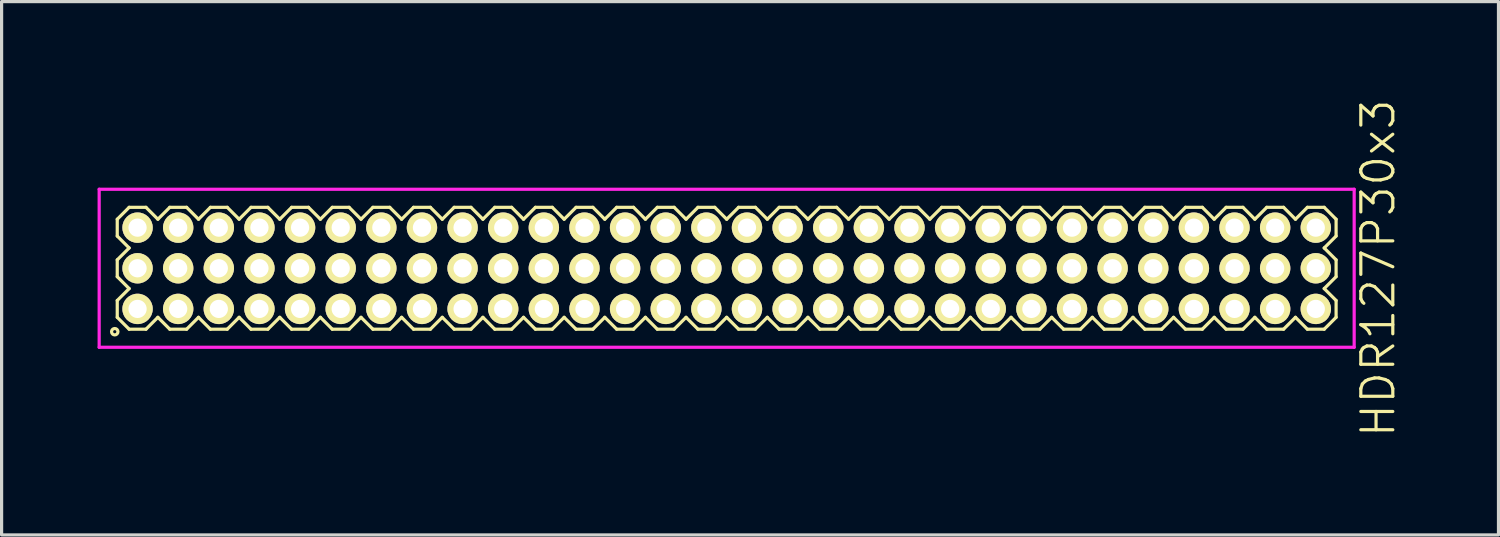
<source format=kicad_pcb>
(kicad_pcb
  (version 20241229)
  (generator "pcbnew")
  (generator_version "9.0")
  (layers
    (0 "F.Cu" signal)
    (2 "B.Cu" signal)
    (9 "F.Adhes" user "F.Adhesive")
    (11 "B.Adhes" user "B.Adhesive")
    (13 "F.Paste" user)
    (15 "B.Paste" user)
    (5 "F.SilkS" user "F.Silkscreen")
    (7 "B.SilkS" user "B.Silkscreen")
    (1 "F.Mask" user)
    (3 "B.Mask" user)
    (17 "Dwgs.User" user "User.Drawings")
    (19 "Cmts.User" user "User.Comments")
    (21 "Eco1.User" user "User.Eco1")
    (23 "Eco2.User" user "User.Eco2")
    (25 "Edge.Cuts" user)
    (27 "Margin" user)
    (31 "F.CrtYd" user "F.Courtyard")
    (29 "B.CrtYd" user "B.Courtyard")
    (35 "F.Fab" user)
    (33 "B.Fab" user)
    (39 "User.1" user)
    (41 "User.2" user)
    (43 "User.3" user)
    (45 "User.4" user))
  (footprint "HDR127P30x3"
    (layer "F.Cu")
    (at 19.665 5.336)
    (property "Reference" "HDR127P30x3" (at 20.365 0 90) (layer "F.SilkS") (effects (font (size 1 1) (thickness 0.1))))
    (attr through_hole)
    (fp_line (start -19.05 -1.533) (end -18.678 -1.905) (stroke (width 0.1) (type solid)) (layer "F.SilkS"))
    (fp_line (start -19.05 -1.007) (end -19.05 -1.533) (stroke (width 0.1) (type solid)) (layer "F.SilkS"))
    (fp_line (start -19.05 -0.263) (end -18.678 -0.635) (stroke (width 0.1) (type solid)) (layer "F.SilkS"))
    (fp_line (start -19.05 0.263) (end -19.05 -0.263) (stroke (width 0.1) (type solid)) (layer "F.SilkS"))
    (fp_line (start -19.05 1.007) (end -18.678 0.635) (stroke (width 0.1) (type solid)) (layer "F.SilkS"))
    (fp_line (start -19.05 1.533) (end -19.05 1.007) (stroke (width 0.1) (type solid)) (layer "F.SilkS"))
    (fp_line (start -18.678 -1.905) (end -18.152 -1.905) (stroke (width 0.1) (type solid)) (layer "F.SilkS"))
    (fp_line (start -18.678 -0.635) (end -19.05 -1.007) (stroke (width 0.1) (type solid)) (layer "F.SilkS"))
    (fp_line (start -18.678 0.635) (end -19.05 0.263) (stroke (width 0.1) (type solid)) (layer "F.SilkS"))
    (fp_line (start -18.678 1.905) (end -19.05 1.533) (stroke (width 0.1) (type solid)) (layer "F.SilkS"))
    (fp_line (start -18.152 -1.905) (end -17.78 -1.533) (stroke (width 0.1) (type solid)) (layer "F.SilkS"))
    (fp_line (start -18.152 1.905) (end -18.678 1.905) (stroke (width 0.1) (type solid)) (layer "F.SilkS"))
    (fp_line (start -17.78 -1.533) (end -17.408 -1.905) (stroke (width 0.1) (type solid)) (layer "F.SilkS"))
    (fp_line (start -17.78 1.533) (end -18.152 1.905) (stroke (width 0.1) (type solid)) (layer "F.SilkS"))
    (fp_line (start -17.408 -1.905) (end -16.882 -1.905) (stroke (width 0.1) (type solid)) (layer "F.SilkS"))
    (fp_line (start -17.408 1.905) (end -17.78 1.533) (stroke (width 0.1) (type solid)) (layer "F.SilkS"))
    (fp_line (start -16.882 -1.905) (end -16.51 -1.533) (stroke (width 0.1) (type solid)) (layer "F.SilkS"))
    (fp_line (start -16.882 1.905) (end -17.408 1.905) (stroke (width 0.1) (type solid)) (layer "F.SilkS"))
    (fp_line (start -16.51 -1.533) (end -16.138 -1.905) (stroke (width 0.1) (type solid)) (layer "F.SilkS"))
    (fp_line (start -16.51 1.533) (end -16.882 1.905) (stroke (width 0.1) (type solid)) (layer "F.SilkS"))
    (fp_line (start -16.138 -1.905) (end -15.612 -1.905) (stroke (width 0.1) (type solid)) (layer "F.SilkS"))
    (fp_line (start -16.138 1.905) (end -16.51 1.533) (stroke (width 0.1) (type solid)) (layer "F.SilkS"))
    (fp_line (start -15.612 -1.905) (end -15.24 -1.533) (stroke (width 0.1) (type solid)) (layer "F.SilkS"))
    (fp_line (start -15.612 1.905) (end -16.138 1.905) (stroke (width 0.1) (type solid)) (layer "F.SilkS"))
    (fp_line (start -15.24 -1.533) (end -14.868 -1.905) (stroke (width 0.1) (type solid)) (layer "F.SilkS"))
    (fp_line (start -15.24 1.533) (end -15.612 1.905) (stroke (width 0.1) (type solid)) (layer "F.SilkS"))
    (fp_line (start -14.868 -1.905) (end -14.342 -1.905) (stroke (width 0.1) (type solid)) (layer "F.SilkS"))
    (fp_line (start -14.868 1.905) (end -15.24 1.533) (stroke (width 0.1) (type solid)) (layer "F.SilkS"))
    (fp_line (start -14.342 -1.905) (end -13.97 -1.533) (stroke (width 0.1) (type solid)) (layer "F.SilkS"))
    (fp_line (start -14.342 1.905) (end -14.868 1.905) (stroke (width 0.1) (type solid)) (layer "F.SilkS"))
    (fp_line (start -13.97 -1.533) (end -13.598 -1.905) (stroke (width 0.1) (type solid)) (layer "F.SilkS"))
    (fp_line (start -13.97 1.533) (end -14.342 1.905) (stroke (width 0.1) (type solid)) (layer "F.SilkS"))
    (fp_line (start -13.598 -1.905) (end -13.072 -1.905) (stroke (width 0.1) (type solid)) (layer "F.SilkS"))
    (fp_line (start -13.598 1.905) (end -13.97 1.533) (stroke (width 0.1) (type solid)) (layer "F.SilkS"))
    (fp_line (start -13.072 -1.905) (end -12.7 -1.533) (stroke (width 0.1) (type solid)) (layer "F.SilkS"))
    (fp_line (start -13.072 1.905) (end -13.598 1.905) (stroke (width 0.1) (type solid)) (layer "F.SilkS"))
    (fp_line (start -12.7 -1.533) (end -12.328 -1.905) (stroke (width 0.1) (type solid)) (layer "F.SilkS"))
    (fp_line (start -12.7 1.533) (end -13.072 1.905) (stroke (width 0.1) (type solid)) (layer "F.SilkS"))
    (fp_line (start -12.328 -1.905) (end -11.802 -1.905) (stroke (width 0.1) (type solid)) (layer "F.SilkS"))
    (fp_line (start -12.328 1.905) (end -12.7 1.533) (stroke (width 0.1) (type solid)) (layer "F.SilkS"))
    (fp_line (start -11.802 -1.905) (end -11.43 -1.533) (stroke (width 0.1) (type solid)) (layer "F.SilkS"))
    (fp_line (start -11.802 1.905) (end -12.328 1.905) (stroke (width 0.1) (type solid)) (layer "F.SilkS"))
    (fp_line (start -11.43 -1.533) (end -11.058 -1.905) (stroke (width 0.1) (type solid)) (layer "F.SilkS"))
    (fp_line (start -11.43 1.533) (end -11.802 1.905) (stroke (width 0.1) (type solid)) (layer "F.SilkS"))
    (fp_line (start -11.058 -1.905) (end -10.532 -1.905) (stroke (width 0.1) (type solid)) (layer "F.SilkS"))
    (fp_line (start -11.058 1.905) (end -11.43 1.533) (stroke (width 0.1) (type solid)) (layer "F.SilkS"))
    (fp_line (start -10.532 -1.905) (end -10.16 -1.533) (stroke (width 0.1) (type solid)) (layer "F.SilkS"))
    (fp_line (start -10.532 1.905) (end -11.058 1.905) (stroke (width 0.1) (type solid)) (layer "F.SilkS"))
    (fp_line (start -10.16 -1.533) (end -9.788 -1.905) (stroke (width 0.1) (type solid)) (layer "F.SilkS"))
    (fp_line (start -10.16 1.533) (end -10.532 1.905) (stroke (width 0.1) (type solid)) (layer "F.SilkS"))
    (fp_line (start -9.788 -1.905) (end -9.262 -1.905) (stroke (width 0.1) (type solid)) (layer "F.SilkS"))
    (fp_line (start -9.788 1.905) (end -10.16 1.533) (stroke (width 0.1) (type solid)) (layer "F.SilkS"))
    (fp_line (start -9.262 -1.905) (end -8.89 -1.533) (stroke (width 0.1) (type solid)) (layer "F.SilkS"))
    (fp_line (start -9.262 1.905) (end -9.788 1.905) (stroke (width 0.1) (type solid)) (layer "F.SilkS"))
    (fp_line (start -8.89 -1.533) (end -8.518 -1.905) (stroke (width 0.1) (type solid)) (layer "F.SilkS"))
    (fp_line (start -8.89 1.533) (end -9.262 1.905) (stroke (width 0.1) (type solid)) (layer "F.SilkS"))
    (fp_line (start -8.518 -1.905) (end -7.992 -1.905) (stroke (width 0.1) (type solid)) (layer "F.SilkS"))
    (fp_line (start -8.518 1.905) (end -8.89 1.533) (stroke (width 0.1) (type solid)) (layer "F.SilkS"))
    (fp_line (start -7.992 -1.905) (end -7.62 -1.533) (stroke (width 0.1) (type solid)) (layer "F.SilkS"))
    (fp_line (start -7.992 1.905) (end -8.518 1.905) (stroke (width 0.1) (type solid)) (layer "F.SilkS"))
    (fp_line (start -7.62 -1.533) (end -7.248 -1.905) (stroke (width 0.1) (type solid)) (layer "F.SilkS"))
    (fp_line (start -7.62 1.533) (end -7.992 1.905) (stroke (width 0.1) (type solid)) (layer "F.SilkS"))
    (fp_line (start -7.248 -1.905) (end -6.722 -1.905) (stroke (width 0.1) (type solid)) (layer "F.SilkS"))
    (fp_line (start -7.248 1.905) (end -7.62 1.533) (stroke (width 0.1) (type solid)) (layer "F.SilkS"))
    (fp_line (start -6.722 -1.905) (end -6.35 -1.533) (stroke (width 0.1) (type solid)) (layer "F.SilkS"))
    (fp_line (start -6.722 1.905) (end -7.248 1.905) (stroke (width 0.1) (type solid)) (layer "F.SilkS"))
    (fp_line (start -6.35 -1.533) (end -5.978 -1.905) (stroke (width 0.1) (type solid)) (layer "F.SilkS"))
    (fp_line (start -6.35 1.533) (end -6.722 1.905) (stroke (width 0.1) (type solid)) (layer "F.SilkS"))
    (fp_line (start -5.978 -1.905) (end -5.452 -1.905) (stroke (width 0.1) (type solid)) (layer "F.SilkS"))
    (fp_line (start -5.978 1.905) (end -6.35 1.533) (stroke (width 0.1) (type solid)) (layer "F.SilkS"))
    (fp_line (start -5.452 -1.905) (end -5.08 -1.533) (stroke (width 0.1) (type solid)) (layer "F.SilkS"))
    (fp_line (start -5.452 1.905) (end -5.978 1.905) (stroke (width 0.1) (type solid)) (layer "F.SilkS"))
    (fp_line (start -5.08 -1.533) (end -4.708 -1.905) (stroke (width 0.1) (type solid)) (layer "F.SilkS"))
    (fp_line (start -5.08 1.533) (end -5.452 1.905) (stroke (width 0.1) (type solid)) (layer "F.SilkS"))
    (fp_line (start -4.708 -1.905) (end -4.182 -1.905) (stroke (width 0.1) (type solid)) (layer "F.SilkS"))
    (fp_line (start -4.708 1.905) (end -5.08 1.533) (stroke (width 0.1) (type solid)) (layer "F.SilkS"))
    (fp_line (start -4.182 -1.905) (end -3.81 -1.533) (stroke (width 0.1) (type solid)) (layer "F.SilkS"))
    (fp_line (start -4.182 1.905) (end -4.708 1.905) (stroke (width 0.1) (type solid)) (layer "F.SilkS"))
    (fp_line (start -3.81 -1.533) (end -3.438 -1.905) (stroke (width 0.1) (type solid)) (layer "F.SilkS"))
    (fp_line (start -3.81 1.533) (end -4.182 1.905) (stroke (width 0.1) (type solid)) (layer "F.SilkS"))
    (fp_line (start -3.438 -1.905) (end -2.912 -1.905) (stroke (width 0.1) (type solid)) (layer "F.SilkS"))
    (fp_line (start -3.438 1.905) (end -3.81 1.533) (stroke (width 0.1) (type solid)) (layer "F.SilkS"))
    (fp_line (start -2.912 -1.905) (end -2.54 -1.533) (stroke (width 0.1) (type solid)) (layer "F.SilkS"))
    (fp_line (start -2.912 1.905) (end -3.438 1.905) (stroke (width 0.1) (type solid)) (layer "F.SilkS"))
    (fp_line (start -2.54 -1.533) (end -2.168 -1.905) (stroke (width 0.1) (type solid)) (layer "F.SilkS"))
    (fp_line (start -2.54 1.533) (end -2.912 1.905) (stroke (width 0.1) (type solid)) (layer "F.SilkS"))
    (fp_line (start -2.168 -1.905) (end -1.642 -1.905) (stroke (width 0.1) (type solid)) (layer "F.SilkS"))
    (fp_line (start -2.168 1.905) (end -2.54 1.533) (stroke (width 0.1) (type solid)) (layer "F.SilkS"))
    (fp_line (start -1.642 -1.905) (end -1.27 -1.533) (stroke (width 0.1) (type solid)) (layer "F.SilkS"))
    (fp_line (start -1.642 1.905) (end -2.168 1.905) (stroke (width 0.1) (type solid)) (layer "F.SilkS"))
    (fp_line (start -1.27 -1.533) (end -0.898 -1.905) (stroke (width 0.1) (type solid)) (layer "F.SilkS"))
    (fp_line (start -1.27 1.533) (end -1.642 1.905) (stroke (width 0.1) (type solid)) (layer "F.SilkS"))
    (fp_line (start -0.898 -1.905) (end -0.372 -1.905) (stroke (width 0.1) (type solid)) (layer "F.SilkS"))
    (fp_line (start -0.898 1.905) (end -1.27 1.533) (stroke (width 0.1) (type solid)) (layer "F.SilkS"))
    (fp_line (start -0.372 -1.905) (end 0 -1.533) (stroke (width 0.1) (type solid)) (layer "F.SilkS"))
    (fp_line (start -0.372 1.905) (end -0.898 1.905) (stroke (width 0.1) (type solid)) (layer "F.SilkS"))
    (fp_line (start 0 -1.533) (end 0.372 -1.905) (stroke (width 0.1) (type solid)) (layer "F.SilkS"))
    (fp_line (start 0 1.533) (end -0.372 1.905) (stroke (width 0.1) (type solid)) (layer "F.SilkS"))
    (fp_line (start 0.372 -1.905) (end 0.898 -1.905) (stroke (width 0.1) (type solid)) (layer "F.SilkS"))
    (fp_line (start 0.372 1.905) (end 0 1.533) (stroke (width 0.1) (type solid)) (layer "F.SilkS"))
    (fp_line (start 0.898 -1.905) (end 1.27 -1.533) (stroke (width 0.1) (type solid)) (layer "F.SilkS"))
    (fp_line (start 0.898 1.905) (end 0.372 1.905) (stroke (width 0.1) (type solid)) (layer "F.SilkS"))
    (fp_line (start 1.27 -1.533) (end 1.642 -1.905) (stroke (width 0.1) (type solid)) (layer "F.SilkS"))
    (fp_line (start 1.27 1.533) (end 0.898 1.905) (stroke (width 0.1) (type solid)) (layer "F.SilkS"))
    (fp_line (start 1.642 -1.905) (end 2.168 -1.905) (stroke (width 0.1) (type solid)) (layer "F.SilkS"))
    (fp_line (start 1.642 1.905) (end 1.27 1.533) (stroke (width 0.1) (type solid)) (layer "F.SilkS"))
    (fp_line (start 2.168 -1.905) (end 2.54 -1.533) (stroke (width 0.1) (type solid)) (layer "F.SilkS"))
    (fp_line (start 2.168 1.905) (end 1.642 1.905) (stroke (width 0.1) (type solid)) (layer "F.SilkS"))
    (fp_line (start 2.54 -1.533) (end 2.912 -1.905) (stroke (width 0.1) (type solid)) (layer "F.SilkS"))
    (fp_line (start 2.54 1.533) (end 2.168 1.905) (stroke (width 0.1) (type solid)) (layer "F.SilkS"))
    (fp_line (start 2.912 -1.905) (end 3.438 -1.905) (stroke (width 0.1) (type solid)) (layer "F.SilkS"))
    (fp_line (start 2.912 1.905) (end 2.54 1.533) (stroke (width 0.1) (type solid)) (layer "F.SilkS"))
    (fp_line (start 3.438 -1.905) (end 3.81 -1.533) (stroke (width 0.1) (type solid)) (layer "F.SilkS"))
    (fp_line (start 3.438 1.905) (end 2.912 1.905) (stroke (width 0.1) (type solid)) (layer "F.SilkS"))
    (fp_line (start 3.81 -1.533) (end 4.182 -1.905) (stroke (width 0.1) (type solid)) (layer "F.SilkS"))
    (fp_line (start 3.81 1.533) (end 3.438 1.905) (stroke (width 0.1) (type solid)) (layer "F.SilkS"))
    (fp_line (start 4.182 -1.905) (end 4.708 -1.905) (stroke (width 0.1) (type solid)) (layer "F.SilkS"))
    (fp_line (start 4.182 1.905) (end 3.81 1.533) (stroke (width 0.1) (type solid)) (layer "F.SilkS"))
    (fp_line (start 4.708 -1.905) (end 5.08 -1.533) (stroke (width 0.1) (type solid)) (layer "F.SilkS"))
    (fp_line (start 4.708 1.905) (end 4.182 1.905) (stroke (width 0.1) (type solid)) (layer "F.SilkS"))
    (fp_line (start 5.08 -1.533) (end 5.452 -1.905) (stroke (width 0.1) (type solid)) (layer "F.SilkS"))
    (fp_line (start 5.08 1.533) (end 4.708 1.905) (stroke (width 0.1) (type solid)) (layer "F.SilkS"))
    (fp_line (start 5.452 -1.905) (end 5.978 -1.905) (stroke (width 0.1) (type solid)) (layer "F.SilkS"))
    (fp_line (start 5.452 1.905) (end 5.08 1.533) (stroke (width 0.1) (type solid)) (layer "F.SilkS"))
    (fp_line (start 5.978 -1.905) (end 6.35 -1.533) (stroke (width 0.1) (type solid)) (layer "F.SilkS"))
    (fp_line (start 5.978 1.905) (end 5.452 1.905) (stroke (width 0.1) (type solid)) (layer "F.SilkS"))
    (fp_line (start 6.35 -1.533) (end 6.722 -1.905) (stroke (width 0.1) (type solid)) (layer "F.SilkS"))
    (fp_line (start 6.35 1.533) (end 5.978 1.905) (stroke (width 0.1) (type solid)) (layer "F.SilkS"))
    (fp_line (start 6.722 -1.905) (end 7.248 -1.905) (stroke (width 0.1) (type solid)) (layer "F.SilkS"))
    (fp_line (start 6.722 1.905) (end 6.35 1.533) (stroke (width 0.1) (type solid)) (layer "F.SilkS"))
    (fp_line (start 7.248 -1.905) (end 7.62 -1.533) (stroke (width 0.1) (type solid)) (layer "F.SilkS"))
    (fp_line (start 7.248 1.905) (end 6.722 1.905) (stroke (width 0.1) (type solid)) (layer "F.SilkS"))
    (fp_line (start 7.62 -1.533) (end 7.992 -1.905) (stroke (width 0.1) (type solid)) (layer "F.SilkS"))
    (fp_line (start 7.62 1.533) (end 7.248 1.905) (stroke (width 0.1) (type solid)) (layer "F.SilkS"))
    (fp_line (start 7.992 -1.905) (end 8.518 -1.905) (stroke (width 0.1) (type solid)) (layer "F.SilkS"))
    (fp_line (start 7.992 1.905) (end 7.62 1.533) (stroke (width 0.1) (type solid)) (layer "F.SilkS"))
    (fp_line (start 8.518 -1.905) (end 8.89 -1.533) (stroke (width 0.1) (type solid)) (layer "F.SilkS"))
    (fp_line (start 8.518 1.905) (end 7.992 1.905) (stroke (width 0.1) (type solid)) (layer "F.SilkS"))
    (fp_line (start 8.89 -1.533) (end 9.262 -1.905) (stroke (width 0.1) (type solid)) (layer "F.SilkS"))
    (fp_line (start 8.89 1.533) (end 8.518 1.905) (stroke (width 0.1) (type solid)) (layer "F.SilkS"))
    (fp_line (start 9.262 -1.905) (end 9.788 -1.905) (stroke (width 0.1) (type solid)) (layer "F.SilkS"))
    (fp_line (start 9.262 1.905) (end 8.89 1.533) (stroke (width 0.1) (type solid)) (layer "F.SilkS"))
    (fp_line (start 9.788 -1.905) (end 10.16 -1.533) (stroke (width 0.1) (type solid)) (layer "F.SilkS"))
    (fp_line (start 9.788 1.905) (end 9.262 1.905) (stroke (width 0.1) (type solid)) (layer "F.SilkS"))
    (fp_line (start 10.16 -1.533) (end 10.532 -1.905) (stroke (width 0.1) (type solid)) (layer "F.SilkS"))
    (fp_line (start 10.16 1.533) (end 9.788 1.905) (stroke (width 0.1) (type solid)) (layer "F.SilkS"))
    (fp_line (start 10.532 -1.905) (end 11.058 -1.905) (stroke (width 0.1) (type solid)) (layer "F.SilkS"))
    (fp_line (start 10.532 1.905) (end 10.16 1.533) (stroke (width 0.1) (type solid)) (layer "F.SilkS"))
    (fp_line (start 11.058 -1.905) (end 11.43 -1.533) (stroke (width 0.1) (type solid)) (layer "F.SilkS"))
    (fp_line (start 11.058 1.905) (end 10.532 1.905) (stroke (width 0.1) (type solid)) (layer "F.SilkS"))
    (fp_line (start 11.43 -1.533) (end 11.802 -1.905) (stroke (width 0.1) (type solid)) (layer "F.SilkS"))
    (fp_line (start 11.43 1.533) (end 11.058 1.905) (stroke (width 0.1) (type solid)) (layer "F.SilkS"))
    (fp_line (start 11.802 -1.905) (end 12.328 -1.905) (stroke (width 0.1) (type solid)) (layer "F.SilkS"))
    (fp_line (start 11.802 1.905) (end 11.43 1.533) (stroke (width 0.1) (type solid)) (layer "F.SilkS"))
    (fp_line (start 12.328 -1.905) (end 12.7 -1.533) (stroke (width 0.1) (type solid)) (layer "F.SilkS"))
    (fp_line (start 12.328 1.905) (end 11.802 1.905) (stroke (width 0.1) (type solid)) (layer "F.SilkS"))
    (fp_line (start 12.7 -1.533) (end 13.072 -1.905) (stroke (width 0.1) (type solid)) (layer "F.SilkS"))
    (fp_line (start 12.7 1.533) (end 12.328 1.905) (stroke (width 0.1) (type solid)) (layer "F.SilkS"))
    (fp_line (start 13.072 -1.905) (end 13.598 -1.905) (stroke (width 0.1) (type solid)) (layer "F.SilkS"))
    (fp_line (start 13.072 1.905) (end 12.7 1.533) (stroke (width 0.1) (type solid)) (layer "F.SilkS"))
    (fp_line (start 13.598 -1.905) (end 13.97 -1.533) (stroke (width 0.1) (type solid)) (layer "F.SilkS"))
    (fp_line (start 13.598 1.905) (end 13.072 1.905) (stroke (width 0.1) (type solid)) (layer "F.SilkS"))
    (fp_line (start 13.97 -1.533) (end 14.342 -1.905) (stroke (width 0.1) (type solid)) (layer "F.SilkS"))
    (fp_line (start 13.97 1.533) (end 13.598 1.905) (stroke (width 0.1) (type solid)) (layer "F.SilkS"))
    (fp_line (start 14.342 -1.905) (end 14.868 -1.905) (stroke (width 0.1) (type solid)) (layer "F.SilkS"))
    (fp_line (start 14.342 1.905) (end 13.97 1.533) (stroke (width 0.1) (type solid)) (layer "F.SilkS"))
    (fp_line (start 14.868 -1.905) (end 15.24 -1.533) (stroke (width 0.1) (type solid)) (layer "F.SilkS"))
    (fp_line (start 14.868 1.905) (end 14.342 1.905) (stroke (width 0.1) (type solid)) (layer "F.SilkS"))
    (fp_line (start 15.24 -1.533) (end 15.612 -1.905) (stroke (width 0.1) (type solid)) (layer "F.SilkS"))
    (fp_line (start 15.24 1.533) (end 14.868 1.905) (stroke (width 0.1) (type solid)) (layer "F.SilkS"))
    (fp_line (start 15.612 -1.905) (end 16.138 -1.905) (stroke (width 0.1) (type solid)) (layer "F.SilkS"))
    (fp_line (start 15.612 1.905) (end 15.24 1.533) (stroke (width 0.1) (type solid)) (layer "F.SilkS"))
    (fp_line (start 16.138 -1.905) (end 16.51 -1.533) (stroke (width 0.1) (type solid)) (layer "F.SilkS"))
    (fp_line (start 16.138 1.905) (end 15.612 1.905) (stroke (width 0.1) (type solid)) (layer "F.SilkS"))
    (fp_line (start 16.51 -1.533) (end 16.882 -1.905) (stroke (width 0.1) (type solid)) (layer "F.SilkS"))
    (fp_line (start 16.51 1.533) (end 16.138 1.905) (stroke (width 0.1) (type solid)) (layer "F.SilkS"))
    (fp_line (start 16.882 -1.905) (end 17.408 -1.905) (stroke (width 0.1) (type solid)) (layer "F.SilkS"))
    (fp_line (start 16.882 1.905) (end 16.51 1.533) (stroke (width 0.1) (type solid)) (layer "F.SilkS"))
    (fp_line (start 17.408 -1.905) (end 17.78 -1.533) (stroke (width 0.1) (type solid)) (layer "F.SilkS"))
    (fp_line (start 17.408 1.905) (end 16.882 1.905) (stroke (width 0.1) (type solid)) (layer "F.SilkS"))
    (fp_line (start 17.78 -1.533) (end 18.152 -1.905) (stroke (width 0.1) (type solid)) (layer "F.SilkS"))
    (fp_line (start 17.78 1.533) (end 17.408 1.905) (stroke (width 0.1) (type solid)) (layer "F.SilkS"))
    (fp_line (start 18.152 -1.905) (end 18.678 -1.905) (stroke (width 0.1) (type solid)) (layer "F.SilkS"))
    (fp_line (start 18.152 1.905) (end 17.78 1.533) (stroke (width 0.1) (type solid)) (layer "F.SilkS"))
    (fp_line (start 18.678 -1.905) (end 19.05 -1.533) (stroke (width 0.1) (type solid)) (layer "F.SilkS"))
    (fp_line (start 18.678 -0.635) (end 19.05 -0.263) (stroke (width 0.1) (type solid)) (layer "F.SilkS"))
    (fp_line (start 18.678 0.635) (end 19.05 1.007) (stroke (width 0.1) (type solid)) (layer "F.SilkS"))
    (fp_line (start 18.678 1.905) (end 18.152 1.905) (stroke (width 0.1) (type solid)) (layer "F.SilkS"))
    (fp_line (start 19.05 -1.533) (end 19.05 -1.007) (stroke (width 0.1) (type solid)) (layer "F.SilkS"))
    (fp_line (start 19.05 -1.007) (end 18.678 -0.635) (stroke (width 0.1) (type solid)) (layer "F.SilkS"))
    (fp_line (start 19.05 -0.263) (end 19.05 0.263) (stroke (width 0.1) (type solid)) (layer "F.SilkS"))
    (fp_line (start 19.05 0.263) (end 18.678 0.635) (stroke (width 0.1) (type solid)) (layer "F.SilkS"))
    (fp_line (start 19.05 1.007) (end 19.05 1.533) (stroke (width 0.1) (type solid)) (layer "F.SilkS"))
    (fp_line (start 19.05 1.533) (end 18.678 1.905) (stroke (width 0.1) (type solid)) (layer "F.SilkS"))
    (fp_circle (center -19.128 1.983) (end -19.028 1.983) (stroke (width 0.1) (type solid)) (fill no) (layer "F.SilkS"))
    (fp_line (start -19.615 -2.47) (end -19.615 2.47) (stroke (width 0.1) (type solid)) (layer "F.CrtYd"))
    (fp_line (start -19.615 2.47) (end 19.615 2.47) (stroke (width 0.1) (type solid)) (layer "F.CrtYd"))
    (fp_line (start 19.615 -2.47) (end -19.615 -2.47) (stroke (width 0.1) (type solid)) (layer "F.CrtYd"))
    (fp_line (start 19.615 2.47) (end 19.615 -2.47) (stroke (width 0.1) (type solid)) (layer "F.CrtYd"))
    (pad "1" thru_hole oval (at -18.415 1.27) (size 0.95 0.95) (drill 0.57) (layers "*.Cu" "*.Mask" "F.SilkS"))
    (pad "2" thru_hole oval (at -18.415 0) (size 0.95 0.95) (drill 0.57) (layers "*.Cu" "*.Mask" "F.SilkS"))
    (pad "3" thru_hole oval (at -18.415 -1.27) (size 0.95 0.95) (drill 0.57) (layers "*.Cu" "*.Mask" "F.SilkS"))
    (pad "4" thru_hole oval (at -17.145 1.27) (size 0.95 0.95) (drill 0.57) (layers "*.Cu" "*.Mask" "F.SilkS"))
    (pad "5" thru_hole oval (at -17.145 0) (size 0.95 0.95) (drill 0.57) (layers "*.Cu" "*.Mask" "F.SilkS"))
    (pad "6" thru_hole oval (at -17.145 -1.27) (size 0.95 0.95) (drill 0.57) (layers "*.Cu" "*.Mask" "F.SilkS"))
    (pad "7" thru_hole oval (at -15.875 1.27) (size 0.95 0.95) (drill 0.57) (layers "*.Cu" "*.Mask" "F.SilkS"))
    (pad "8" thru_hole oval (at -15.875 0) (size 0.95 0.95) (drill 0.57) (layers "*.Cu" "*.Mask" "F.SilkS"))
    (pad "9" thru_hole oval (at -15.875 -1.27) (size 0.95 0.95) (drill 0.57) (layers "*.Cu" "*.Mask" "F.SilkS"))
    (pad "10" thru_hole oval (at -14.605 1.27) (size 0.95 0.95) (drill 0.57) (layers "*.Cu" "*.Mask" "F.SilkS"))
    (pad "11" thru_hole oval (at -14.605 0) (size 0.95 0.95) (drill 0.57) (layers "*.Cu" "*.Mask" "F.SilkS"))
    (pad "12" thru_hole oval (at -14.605 -1.27) (size 0.95 0.95) (drill 0.57) (layers "*.Cu" "*.Mask" "F.SilkS"))
    (pad "13" thru_hole oval (at -13.335 1.27) (size 0.95 0.95) (drill 0.57) (layers "*.Cu" "*.Mask" "F.SilkS"))
    (pad "14" thru_hole oval (at -13.335 0) (size 0.95 0.95) (drill 0.57) (layers "*.Cu" "*.Mask" "F.SilkS"))
    (pad "15" thru_hole oval (at -13.335 -1.27) (size 0.95 0.95) (drill 0.57) (layers "*.Cu" "*.Mask" "F.SilkS"))
    (pad "16" thru_hole oval (at -12.065 1.27) (size 0.95 0.95) (drill 0.57) (layers "*.Cu" "*.Mask" "F.SilkS"))
    (pad "17" thru_hole oval (at -12.065 0) (size 0.95 0.95) (drill 0.57) (layers "*.Cu" "*.Mask" "F.SilkS"))
    (pad "18" thru_hole oval (at -12.065 -1.27) (size 0.95 0.95) (drill 0.57) (layers "*.Cu" "*.Mask" "F.SilkS"))
    (pad "19" thru_hole oval (at -10.795 1.27) (size 0.95 0.95) (drill 0.57) (layers "*.Cu" "*.Mask" "F.SilkS"))
    (pad "20" thru_hole oval (at -10.795 0) (size 0.95 0.95) (drill 0.57) (layers "*.Cu" "*.Mask" "F.SilkS"))
    (pad "21" thru_hole oval (at -10.795 -1.27) (size 0.95 0.95) (drill 0.57) (layers "*.Cu" "*.Mask" "F.SilkS"))
    (pad "22" thru_hole oval (at -9.525 1.27) (size 0.95 0.95) (drill 0.57) (layers "*.Cu" "*.Mask" "F.SilkS"))
    (pad "23" thru_hole oval (at -9.525 0) (size 0.95 0.95) (drill 0.57) (layers "*.Cu" "*.Mask" "F.SilkS"))
    (pad "24" thru_hole oval (at -9.525 -1.27) (size 0.95 0.95) (drill 0.57) (layers "*.Cu" "*.Mask" "F.SilkS"))
    (pad "25" thru_hole oval (at -8.255 1.27) (size 0.95 0.95) (drill 0.57) (layers "*.Cu" "*.Mask" "F.SilkS"))
    (pad "26" thru_hole oval (at -8.255 0) (size 0.95 0.95) (drill 0.57) (layers "*.Cu" "*.Mask" "F.SilkS"))
    (pad "27" thru_hole oval (at -8.255 -1.27) (size 0.95 0.95) (drill 0.57) (layers "*.Cu" "*.Mask" "F.SilkS"))
    (pad "28" thru_hole oval (at -6.985 1.27) (size 0.95 0.95) (drill 0.57) (layers "*.Cu" "*.Mask" "F.SilkS"))
    (pad "29" thru_hole oval (at -6.985 0) (size 0.95 0.95) (drill 0.57) (layers "*.Cu" "*.Mask" "F.SilkS"))
    (pad "30" thru_hole oval (at -6.985 -1.27) (size 0.95 0.95) (drill 0.57) (layers "*.Cu" "*.Mask" "F.SilkS"))
    (pad "31" thru_hole oval (at -5.715 1.27) (size 0.95 0.95) (drill 0.57) (layers "*.Cu" "*.Mask" "F.SilkS"))
    (pad "32" thru_hole oval (at -5.715 0) (size 0.95 0.95) (drill 0.57) (layers "*.Cu" "*.Mask" "F.SilkS"))
    (pad "33" thru_hole oval (at -5.715 -1.27) (size 0.95 0.95) (drill 0.57) (layers "*.Cu" "*.Mask" "F.SilkS"))
    (pad "34" thru_hole oval (at -4.445 1.27) (size 0.95 0.95) (drill 0.57) (layers "*.Cu" "*.Mask" "F.SilkS"))
    (pad "35" thru_hole oval (at -4.445 0) (size 0.95 0.95) (drill 0.57) (layers "*.Cu" "*.Mask" "F.SilkS"))
    (pad "36" thru_hole oval (at -4.445 -1.27) (size 0.95 0.95) (drill 0.57) (layers "*.Cu" "*.Mask" "F.SilkS"))
    (pad "37" thru_hole oval (at -3.175 1.27) (size 0.95 0.95) (drill 0.57) (layers "*.Cu" "*.Mask" "F.SilkS"))
    (pad "38" thru_hole oval (at -3.175 0) (size 0.95 0.95) (drill 0.57) (layers "*.Cu" "*.Mask" "F.SilkS"))
    (pad "39" thru_hole oval (at -3.175 -1.27) (size 0.95 0.95) (drill 0.57) (layers "*.Cu" "*.Mask" "F.SilkS"))
    (pad "40" thru_hole oval (at -1.905 1.27) (size 0.95 0.95) (drill 0.57) (layers "*.Cu" "*.Mask" "F.SilkS"))
    (pad "41" thru_hole oval (at -1.905 0) (size 0.95 0.95) (drill 0.57) (layers "*.Cu" "*.Mask" "F.SilkS"))
    (pad "42" thru_hole oval (at -1.905 -1.27) (size 0.95 0.95) (drill 0.57) (layers "*.Cu" "*.Mask" "F.SilkS"))
    (pad "43" thru_hole oval (at -0.635 1.27) (size 0.95 0.95) (drill 0.57) (layers "*.Cu" "*.Mask" "F.SilkS"))
    (pad "44" thru_hole oval (at -0.635 0) (size 0.95 0.95) (drill 0.57) (layers "*.Cu" "*.Mask" "F.SilkS"))
    (pad "45" thru_hole oval (at -0.635 -1.27) (size 0.95 0.95) (drill 0.57) (layers "*.Cu" "*.Mask" "F.SilkS"))
    (pad "46" thru_hole oval (at 0.635 1.27) (size 0.95 0.95) (drill 0.57) (layers "*.Cu" "*.Mask" "F.SilkS"))
    (pad "47" thru_hole oval (at 0.635 0) (size 0.95 0.95) (drill 0.57) (layers "*.Cu" "*.Mask" "F.SilkS"))
    (pad "48" thru_hole oval (at 0.635 -1.27) (size 0.95 0.95) (drill 0.57) (layers "*.Cu" "*.Mask" "F.SilkS"))
    (pad "49" thru_hole oval (at 1.905 1.27) (size 0.95 0.95) (drill 0.57) (layers "*.Cu" "*.Mask" "F.SilkS"))
    (pad "50" thru_hole oval (at 1.905 0) (size 0.95 0.95) (drill 0.57) (layers "*.Cu" "*.Mask" "F.SilkS"))
    (pad "51" thru_hole oval (at 1.905 -1.27) (size 0.95 0.95) (drill 0.57) (layers "*.Cu" "*.Mask" "F.SilkS"))
    (pad "52" thru_hole oval (at 3.175 1.27) (size 0.95 0.95) (drill 0.57) (layers "*.Cu" "*.Mask" "F.SilkS"))
    (pad "53" thru_hole oval (at 3.175 0) (size 0.95 0.95) (drill 0.57) (layers "*.Cu" "*.Mask" "F.SilkS"))
    (pad "54" thru_hole oval (at 3.175 -1.27) (size 0.95 0.95) (drill 0.57) (layers "*.Cu" "*.Mask" "F.SilkS"))
    (pad "55" thru_hole oval (at 4.445 1.27) (size 0.95 0.95) (drill 0.57) (layers "*.Cu" "*.Mask" "F.SilkS"))
    (pad "56" thru_hole oval (at 4.445 0) (size 0.95 0.95) (drill 0.57) (layers "*.Cu" "*.Mask" "F.SilkS"))
    (pad "57" thru_hole oval (at 4.445 -1.27) (size 0.95 0.95) (drill 0.57) (layers "*.Cu" "*.Mask" "F.SilkS"))
    (pad "58" thru_hole oval (at 5.715 1.27) (size 0.95 0.95) (drill 0.57) (layers "*.Cu" "*.Mask" "F.SilkS"))
    (pad "59" thru_hole oval (at 5.715 0) (size 0.95 0.95) (drill 0.57) (layers "*.Cu" "*.Mask" "F.SilkS"))
    (pad "60" thru_hole oval (at 5.715 -1.27) (size 0.95 0.95) (drill 0.57) (layers "*.Cu" "*.Mask" "F.SilkS"))
    (pad "61" thru_hole oval (at 6.985 1.27) (size 0.95 0.95) (drill 0.57) (layers "*.Cu" "*.Mask" "F.SilkS"))
    (pad "62" thru_hole oval (at 6.985 0) (size 0.95 0.95) (drill 0.57) (layers "*.Cu" "*.Mask" "F.SilkS"))
    (pad "63" thru_hole oval (at 6.985 -1.27) (size 0.95 0.95) (drill 0.57) (layers "*.Cu" "*.Mask" "F.SilkS"))
    (pad "64" thru_hole oval (at 8.255 1.27) (size 0.95 0.95) (drill 0.57) (layers "*.Cu" "*.Mask" "F.SilkS"))
    (pad "65" thru_hole oval (at 8.255 0) (size 0.95 0.95) (drill 0.57) (layers "*.Cu" "*.Mask" "F.SilkS"))
    (pad "66" thru_hole oval (at 8.255 -1.27) (size 0.95 0.95) (drill 0.57) (layers "*.Cu" "*.Mask" "F.SilkS"))
    (pad "67" thru_hole oval (at 9.525 1.27) (size 0.95 0.95) (drill 0.57) (layers "*.Cu" "*.Mask" "F.SilkS"))
    (pad "68" thru_hole oval (at 9.525 0) (size 0.95 0.95) (drill 0.57) (layers "*.Cu" "*.Mask" "F.SilkS"))
    (pad "69" thru_hole oval (at 9.525 -1.27) (size 0.95 0.95) (drill 0.57) (layers "*.Cu" "*.Mask" "F.SilkS"))
    (pad "70" thru_hole oval (at 10.795 1.27) (size 0.95 0.95) (drill 0.57) (layers "*.Cu" "*.Mask" "F.SilkS"))
    (pad "71" thru_hole oval (at 10.795 0) (size 0.95 0.95) (drill 0.57) (layers "*.Cu" "*.Mask" "F.SilkS"))
    (pad "72" thru_hole oval (at 10.795 -1.27) (size 0.95 0.95) (drill 0.57) (layers "*.Cu" "*.Mask" "F.SilkS"))
    (pad "73" thru_hole oval (at 12.065 1.27) (size 0.95 0.95) (drill 0.57) (layers "*.Cu" "*.Mask" "F.SilkS"))
    (pad "74" thru_hole oval (at 12.065 0) (size 0.95 0.95) (drill 0.57) (layers "*.Cu" "*.Mask" "F.SilkS"))
    (pad "75" thru_hole oval (at 12.065 -1.27) (size 0.95 0.95) (drill 0.57) (layers "*.Cu" "*.Mask" "F.SilkS"))
    (pad "76" thru_hole oval (at 13.335 1.27) (size 0.95 0.95) (drill 0.57) (layers "*.Cu" "*.Mask" "F.SilkS"))
    (pad "77" thru_hole oval (at 13.335 0) (size 0.95 0.95) (drill 0.57) (layers "*.Cu" "*.Mask" "F.SilkS"))
    (pad "78" thru_hole oval (at 13.335 -1.27) (size 0.95 0.95) (drill 0.57) (layers "*.Cu" "*.Mask" "F.SilkS"))
    (pad "79" thru_hole oval (at 14.605 1.27) (size 0.95 0.95) (drill 0.57) (layers "*.Cu" "*.Mask" "F.SilkS"))
    (pad "80" thru_hole oval (at 14.605 0) (size 0.95 0.95) (drill 0.57) (layers "*.Cu" "*.Mask" "F.SilkS"))
    (pad "81" thru_hole oval (at 14.605 -1.27) (size 0.95 0.95) (drill 0.57) (layers "*.Cu" "*.Mask" "F.SilkS"))
    (pad "82" thru_hole oval (at 15.875 1.27) (size 0.95 0.95) (drill 0.57) (layers "*.Cu" "*.Mask" "F.SilkS"))
    (pad "83" thru_hole oval (at 15.875 0) (size 0.95 0.95) (drill 0.57) (layers "*.Cu" "*.Mask" "F.SilkS"))
    (pad "84" thru_hole oval (at 15.875 -1.27) (size 0.95 0.95) (drill 0.57) (layers "*.Cu" "*.Mask" "F.SilkS"))
    (pad "85" thru_hole oval (at 17.145 1.27) (size 0.95 0.95) (drill 0.57) (layers "*.Cu" "*.Mask" "F.SilkS"))
    (pad "86" thru_hole oval (at 17.145 0) (size 0.95 0.95) (drill 0.57) (layers "*.Cu" "*.Mask" "F.SilkS"))
    (pad "87" thru_hole oval (at 17.145 -1.27) (size 0.95 0.95) (drill 0.57) (layers "*.Cu" "*.Mask" "F.SilkS"))
    (pad "88" thru_hole oval (at 18.415 1.27) (size 0.95 0.95) (drill 0.57) (layers "*.Cu" "*.Mask" "F.SilkS"))
    (pad "89" thru_hole oval (at 18.415 0) (size 0.95 0.95) (drill 0.57) (layers "*.Cu" "*.Mask" "F.SilkS"))
    (pad "90" thru_hole oval (at 18.415 -1.27) (size 0.95 0.95) (drill 0.57) (layers "*.Cu" "*.Mask" "F.SilkS")))
  (gr_rect
    (start -3 -3)
    (end 43.791 13.671)
    (stroke (width 0.1) (type default))
    (fill no)
    (layer "Edge.Cuts")))
</source>
